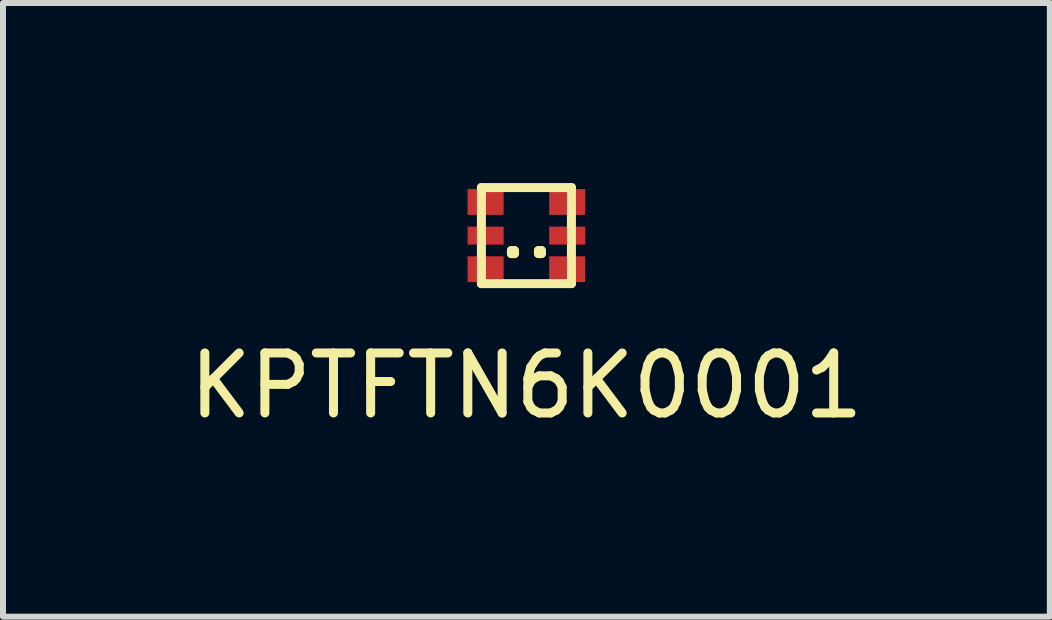
<source format=kicad_pcb>
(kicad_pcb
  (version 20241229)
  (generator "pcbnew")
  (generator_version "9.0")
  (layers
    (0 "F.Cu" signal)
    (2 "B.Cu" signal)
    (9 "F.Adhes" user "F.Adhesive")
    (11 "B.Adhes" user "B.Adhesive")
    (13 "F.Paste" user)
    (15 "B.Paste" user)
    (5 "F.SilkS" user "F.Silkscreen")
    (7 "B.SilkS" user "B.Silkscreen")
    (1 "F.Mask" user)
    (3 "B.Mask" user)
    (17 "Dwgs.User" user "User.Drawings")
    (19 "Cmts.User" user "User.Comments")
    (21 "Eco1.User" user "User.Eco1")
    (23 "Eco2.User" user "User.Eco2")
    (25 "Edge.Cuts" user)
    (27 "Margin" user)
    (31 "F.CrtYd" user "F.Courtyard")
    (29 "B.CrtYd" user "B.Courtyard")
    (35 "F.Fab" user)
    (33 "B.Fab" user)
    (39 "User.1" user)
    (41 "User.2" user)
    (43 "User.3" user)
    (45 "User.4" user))
  (footprint "KPTFTN6K0001"
    (layer "F.Cu")
    (at 5.72 0.875)
    (property "Reference" "KPTFTN6K0001" (at 0 2.5 0) (layer "F.SilkS") (effects (font (size 1 1) (thickness 0.15))))
    (attr through_hole)
    (fp_line (start -0.75 -0.8) (end 0.75 -0.8) (stroke (width 0.15) (type solid)) (layer "F.SilkS"))
    (fp_line (start -0.75 0.8) (end -0.75 -0.8) (stroke (width 0.15) (type solid)) (layer "F.SilkS"))
    (fp_line (start -0.25 0.25) (end -0.25 0.3) (stroke (width 0.15) (type solid)) (layer "F.SilkS"))
    (fp_line (start -0.25 0.3) (end -0.2 0.3) (stroke (width 0.15) (type solid)) (layer "F.SilkS"))
    (fp_line (start -0.2 0.25) (end -0.25 0.25) (stroke (width 0.15) (type solid)) (layer "F.SilkS"))
    (fp_line (start -0.2 0.3) (end -0.2 0.25) (stroke (width 0.15) (type solid)) (layer "F.SilkS"))
    (fp_line (start 0.2 0.25) (end 0.2 0.3) (stroke (width 0.15) (type solid)) (layer "F.SilkS"))
    (fp_line (start 0.2 0.3) (end 0.25 0.3) (stroke (width 0.15) (type solid)) (layer "F.SilkS"))
    (fp_line (start 0.25 0.25) (end 0.2 0.25) (stroke (width 0.15) (type solid)) (layer "F.SilkS"))
    (fp_line (start 0.25 0.3) (end 0.25 0.25) (stroke (width 0.15) (type solid)) (layer "F.SilkS"))
    (fp_line (start 0.75 -0.8) (end 0.75 0.8) (stroke (width 0.15) (type solid)) (layer "F.SilkS"))
    (fp_line (start 0.75 0.8) (end -0.75 0.8) (stroke (width 0.15) (type solid)) (layer "F.SilkS"))
    (pad "1" smd rect (at -0.68 -0.56) (size 0.6 0.43) (layers "F.Cu" "F.Mask" "F.Paste"))
    (pad "2" smd rect (at -0.68 0) (size 0.6 0.3) (layers "F.Cu" "F.Mask" "F.Paste"))
    (pad "3" smd rect (at -0.68 0.56) (size 0.6 0.43) (layers "F.Cu" "F.Mask" "F.Paste"))
    (pad "4" smd rect (at 0.68 0.56) (size 0.6 0.43) (layers "F.Cu" "F.Mask" "F.Paste"))
    (pad "5" smd rect (at 0.68 0) (size 0.6 0.3) (layers "F.Cu" "F.Mask" "F.Paste"))
    (pad "6" smd rect (at 0.68 -0.56) (size 0.6 0.43) (layers "F.Cu" "F.Mask" "F.Paste")))
  (gr_rect
    (start -3 -3)
    (end 14.44 7.223)
    (stroke (width 0.1) (type default))
    (fill no)
    (layer "Edge.Cuts")))
</source>
